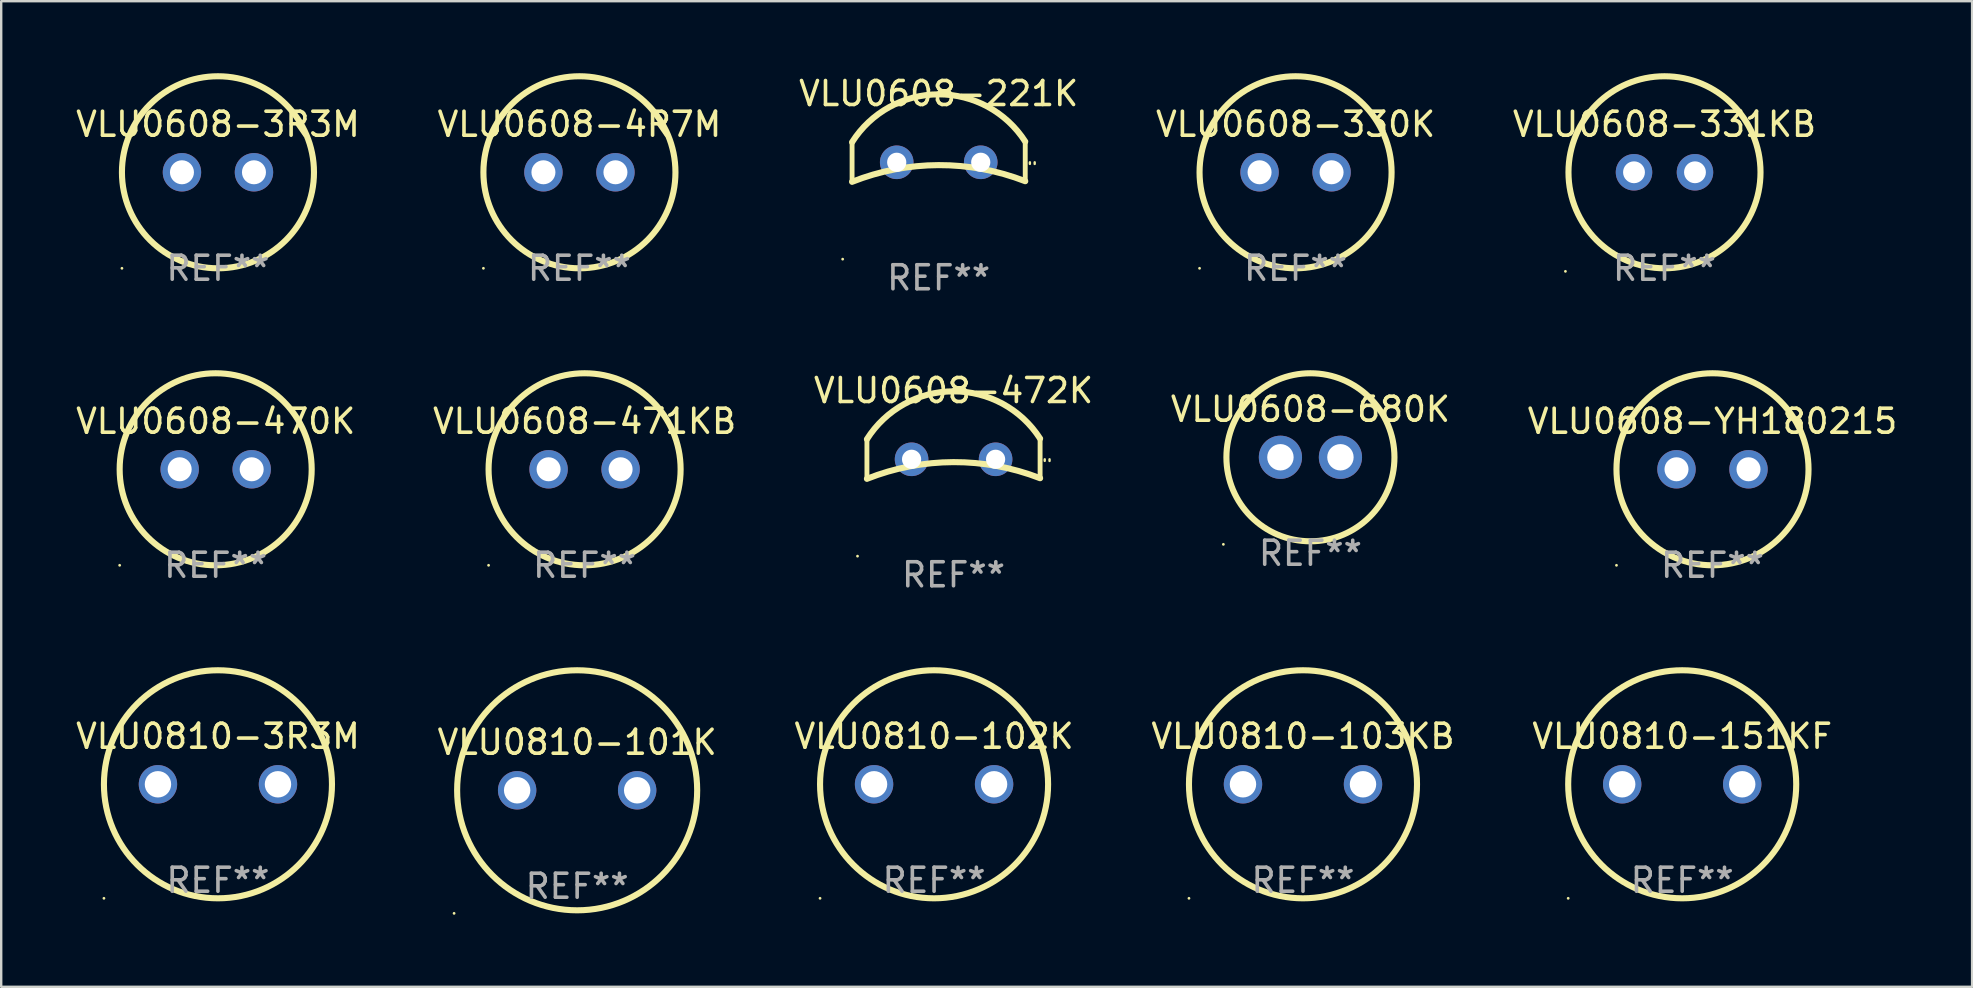
<source format=kicad_pcb>
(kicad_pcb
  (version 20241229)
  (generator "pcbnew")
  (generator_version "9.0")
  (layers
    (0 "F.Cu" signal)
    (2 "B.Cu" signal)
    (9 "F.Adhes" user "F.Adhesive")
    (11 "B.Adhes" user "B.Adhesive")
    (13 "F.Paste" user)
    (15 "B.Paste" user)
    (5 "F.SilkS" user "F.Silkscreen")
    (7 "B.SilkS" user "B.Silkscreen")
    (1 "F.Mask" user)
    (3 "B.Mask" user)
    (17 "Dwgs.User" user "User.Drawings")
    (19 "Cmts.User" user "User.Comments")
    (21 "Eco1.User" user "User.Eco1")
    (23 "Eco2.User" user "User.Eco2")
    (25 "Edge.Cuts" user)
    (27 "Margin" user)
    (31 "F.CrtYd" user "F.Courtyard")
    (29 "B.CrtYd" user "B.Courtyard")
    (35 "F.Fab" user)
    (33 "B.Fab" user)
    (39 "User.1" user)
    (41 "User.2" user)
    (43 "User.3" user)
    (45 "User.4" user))
  (footprint "VLU0608-4R7M"
    (layer "F.Cu")
    (at 21.089 4.127)
    (property "Reference" "VLU0608-4R7M" (at 0 -2 0) (layer "F.SilkS") (effects (font (size 1 1) (thickness 0.15))))
    (attr through_hole)
    (fp_circle (center -4 4) (end -3.97 4) (stroke (width 0.06) (type solid)) (fill no) (layer "F.SilkS"))
    (fp_circle (center -0.000127 0) (end 4 0) (stroke (width 0.254) (type solid)) (fill no) (layer "F.SilkS"))
    (fp_text user "REF**" (at 0 4 0) (layer "F.Fab") (effects (font (size 1 1) (thickness 0.15))))
    (pad "1" thru_hole circle (at -1.5 0) (size 1.6 1.6) (drill 1) (layers "*.Cu" "*.Mask"))
    (pad "2" thru_hole circle (at 1.5 0) (size 1.6 1.6) (drill 1) (layers "*.Cu" "*.Mask")))
  (footprint "VLU0608-472K"
    (layer "F.Cu")
    (at 36.673 16.059)
    (property "Reference" "VLU0608-472K" (at 0 -2.838 0) (layer "F.SilkS") (effects (font (size 1 1) (thickness 0.15))))
    (attr through_hole)
    (fp_line (start -3.607 0.838) (end -3.607 -0.813) (stroke (width 0.203) (type solid)) (layer "F.SilkS"))
    (fp_line (start 3.607 0.813) (end 3.607 -0.838) (stroke (width 0.203) (type solid)) (layer "F.SilkS"))
    (fp_arc (start -3.606756 -0.812802) (mid -0.006923 -2.80605) (end 3.606858 -0.838202) (stroke (width 0.254001) (type solid)) (layer "F.SilkS"))
    (fp_arc (start -3.606756 0.838202) (mid -0.002352 0.142946) (end 3.606858 0.812802) (stroke (width 0.254001) (type solid)) (layer "F.SilkS"))
    (fp_arc (start 3.799898 0.09144) (mid 3.799756 0.05842) (end 3.799898 0.0254) (stroke (width 0.1) (type solid)) (layer "F.SilkS"))
    (fp_arc (start 4.000559 0.09398) (mid 4.000413 0.05969) (end 4.000559 0.0254) (stroke (width 0.1) (type solid)) (layer "F.SilkS"))
    (fp_circle (center -3.999 4.06) (end -3.969 4.06) (stroke (width 0.06) (type solid)) (fill no) (layer "F.SilkS"))
    (fp_text user "REF**" (at 0 4.838 0) (layer "F.Fab") (effects (font (size 1 1) (thickness 0.15))))
    (pad "1" thru_hole circle (at -1.747 0.025) (size 1.4 1.4) (drill 0.8) (layers "*.Cu" "*.Mask"))
    (pad "2" thru_hole circle (at 1.753 0.025) (size 1.4 1.4) (drill 0.8) (layers "*.Cu" "*.Mask")))
  (footprint "VLU0608-330K"
    (layer "F.Cu")
    (at 50.923 4.127)
    (property "Reference" "VLU0608-330K" (at 0 -2 0) (layer "F.SilkS") (effects (font (size 1 1) (thickness 0.15))))
    (attr through_hole)
    (fp_circle (center -4 4) (end -3.97 4) (stroke (width 0.06) (type solid)) (fill no) (layer "F.SilkS"))
    (fp_circle (center -0.000127 0) (end 4 0) (stroke (width 0.254) (type solid)) (fill no) (layer "F.SilkS"))
    (fp_text user "REF**" (at 0 4 0) (layer "F.Fab") (effects (font (size 1 1) (thickness 0.15))))
    (pad "1" thru_hole circle (at -1.5 0) (size 1.6 1.6) (drill 1) (layers "*.Cu" "*.Mask"))
    (pad "2" thru_hole circle (at 1.5 0) (size 1.6 1.6) (drill 1) (layers "*.Cu" "*.Mask")))
  (footprint "VLU0810-102K"
    (layer "F.Cu")
    (at 35.863 29.623)
    (property "Reference" "VLU0810-102K" (at 0 -2 0) (layer "F.SilkS") (effects (font (size 1 1) (thickness 0.15))))
    (attr through_hole)
    (fp_circle (center -4.75 4.75) (end -4.72 4.75) (stroke (width 0.06) (type solid)) (fill no) (layer "F.SilkS"))
    (fp_circle (center -0.000127 0) (end 4.75 0) (stroke (width 0.254) (type solid)) (fill no) (layer "F.SilkS"))
    (fp_text user "REF**" (at 0 4 0) (layer "F.Fab") (effects (font (size 1 1) (thickness 0.15))))
    (pad "1" thru_hole circle (at -2.5 0) (size 1.6 1.6) (drill 1.1) (layers "*.Cu" "*.Mask"))
    (pad "2" thru_hole circle (at 2.5 0) (size 1.6 1.6) (drill 1.1) (layers "*.Cu" "*.Mask")))
  (footprint "VLU0810-3R3M"
    (layer "F.Cu")
    (at 6.03 29.623)
    (property "Reference" "VLU0810-3R3M" (at 0 -2 0) (layer "F.SilkS") (effects (font (size 1 1) (thickness 0.15))))
    (attr through_hole)
    (fp_circle (center -4.75 4.75) (end -4.72 4.75) (stroke (width 0.06) (type solid)) (fill no) (layer "F.SilkS"))
    (fp_circle (center -0.000127 0) (end 4.75 0) (stroke (width 0.254) (type solid)) (fill no) (layer "F.SilkS"))
    (fp_text user "REF**" (at 0 4 0) (layer "F.Fab") (effects (font (size 1 1) (thickness 0.15))))
    (pad "1" thru_hole circle (at -2.5 0) (size 1.6 1.6) (drill 1.1) (layers "*.Cu" "*.Mask"))
    (pad "2" thru_hole circle (at 2.5 0) (size 1.6 1.6) (drill 1.1) (layers "*.Cu" "*.Mask")))
  (footprint "VLU0608-470K"
    (layer "F.Cu")
    (at 5.935 16.5)
    (property "Reference" "VLU0608-470K" (at 0 -2 0) (layer "F.SilkS") (effects (font (size 1 1) (thickness 0.15))))
    (attr through_hole)
    (fp_circle (center -4 4) (end -3.97 4) (stroke (width 0.06) (type solid)) (fill no) (layer "F.SilkS"))
    (fp_circle (center -0.000127 0) (end 4 0) (stroke (width 0.254) (type solid)) (fill no) (layer "F.SilkS"))
    (fp_text user "REF**" (at 0 4 0) (layer "F.Fab") (effects (font (size 1 1) (thickness 0.15))))
    (pad "1" thru_hole circle (at -1.5 0) (size 1.6 1.6) (drill 1) (layers "*.Cu" "*.Mask"))
    (pad "2" thru_hole circle (at 1.5 0) (size 1.6 1.6) (drill 1) (layers "*.Cu" "*.Mask")))
  (footprint "VLU0608-221K"
    (layer "F.Cu")
    (at 36.054 3.686)
    (property "Reference" "VLU0608-221K" (at 0 -2.838 0) (layer "F.SilkS") (effects (font (size 1 1) (thickness 0.15))))
    (attr through_hole)
    (fp_line (start -3.607 0.838) (end -3.607 -0.813) (stroke (width 0.203) (type solid)) (layer "F.SilkS"))
    (fp_line (start 3.607 0.813) (end 3.607 -0.838) (stroke (width 0.203) (type solid)) (layer "F.SilkS"))
    (fp_arc (start -3.606756 -0.812802) (mid -0.006923 -2.80605) (end 3.606858 -0.838202) (stroke (width 0.254001) (type solid)) (layer "F.SilkS"))
    (fp_arc (start -3.606756 0.838202) (mid -0.002352 0.142946) (end 3.606858 0.812802) (stroke (width 0.254001) (type solid)) (layer "F.SilkS"))
    (fp_arc (start 3.799898 0.09144) (mid 3.799756 0.05842) (end 3.799898 0.0254) (stroke (width 0.1) (type solid)) (layer "F.SilkS"))
    (fp_arc (start 4.000559 0.09398) (mid 4.000413 0.05969) (end 4.000559 0.0254) (stroke (width 0.1) (type solid)) (layer "F.SilkS"))
    (fp_circle (center -3.999 4.06) (end -3.969 4.06) (stroke (width 0.06) (type solid)) (fill no) (layer "F.SilkS"))
    (fp_text user "REF**" (at 0 4.838 0) (layer "F.Fab") (effects (font (size 1 1) (thickness 0.15))))
    (pad "1" thru_hole circle (at -1.747 0.025) (size 1.4 1.4) (drill 0.8) (layers "*.Cu" "*.Mask"))
    (pad "2" thru_hole circle (at 1.753 0.025) (size 1.4 1.4) (drill 0.8) (layers "*.Cu" "*.Mask")))
  (footprint "VLU0810-101K"
    (layer "F.Cu")
    (at 20.994 29.873)
    (property "Reference" "VLU0810-101K" (at 0 -2 0) (layer "F.SilkS") (effects (font (size 1 1) (thickness 0.15))))
    (attr through_hole)
    (fp_circle (center -5.127 5.127) (end -5.097 5.127) (stroke (width 0.06) (type solid)) (fill no) (layer "F.SilkS"))
    (fp_circle (center -0.000127 0) (end 5 0) (stroke (width 0.254) (type solid)) (fill no) (layer "F.SilkS"))
    (fp_text user "REF**" (at 0 4 0) (layer "F.Fab") (effects (font (size 1 1) (thickness 0.15))))
    (pad "1" thru_hole circle (at -2.5 0) (size 1.6 1.6) (drill 1.1) (layers "*.Cu" "*.Mask"))
    (pad "2" thru_hole circle (at 2.5 0) (size 1.6 1.6) (drill 1.1) (layers "*.Cu" "*.Mask")))
  (footprint "VLU0608-3R3M"
    (layer "F.Cu")
    (at 6.03 4.127)
    (property "Reference" "VLU0608-3R3M" (at 0 -2 0) (layer "F.SilkS") (effects (font (size 1 1) (thickness 0.15))))
    (attr through_hole)
    (fp_circle (center -4 4) (end -3.97 4) (stroke (width 0.06) (type solid)) (fill no) (layer "F.SilkS"))
    (fp_circle (center -0.000127 0) (end 4 0) (stroke (width 0.254) (type solid)) (fill no) (layer "F.SilkS"))
    (fp_text user "REF**" (at 0 4 0) (layer "F.Fab") (effects (font (size 1 1) (thickness 0.15))))
    (pad "1" thru_hole circle (at -1.5 0) (size 1.6 1.6) (drill 1) (layers "*.Cu" "*.Mask"))
    (pad "2" thru_hole circle (at 1.5 0) (size 1.6 1.6) (drill 1) (layers "*.Cu" "*.Mask")))
  (footprint "VLU0608-331KB"
    (layer "F.Cu")
    (at 66.292 4.127)
    (property "Reference" "VLU0608-331KB" (at 0 -2 0) (layer "F.SilkS") (effects (font (size 1 1) (thickness 0.15))))
    (attr through_hole)
    (fp_circle (center -4.127 4.127) (end -4.097 4.127) (stroke (width 0.06) (type solid)) (fill no) (layer "F.SilkS"))
    (fp_circle (center 0 0) (end 4 0) (stroke (width 0.254) (type solid)) (fill no) (layer "F.SilkS"))
    (fp_text user "REF**" (at 0 4 0) (layer "F.Fab") (effects (font (size 1 1) (thickness 0.15))))
    (pad "1" thru_hole circle (at -1.27 0) (size 1.52 1.52) (drill 0.91) (layers "*.Cu" "*.Mask"))
    (pad "2" thru_hole circle (at 1.27 0) (size 1.52 1.52) (drill 0.91) (layers "*.Cu" "*.Mask")))
  (footprint "VLU0608-471KB"
    (layer "F.Cu")
    (at 21.304 16.5)
    (property "Reference" "VLU0608-471KB" (at 0 -2 0) (layer "F.SilkS") (effects (font (size 1 1) (thickness 0.15))))
    (attr through_hole)
    (fp_circle (center -4 4) (end -3.97 4) (stroke (width 0.06) (type solid)) (fill no) (layer "F.SilkS"))
    (fp_circle (center -0.000127 0) (end 4 0) (stroke (width 0.254) (type solid)) (fill no) (layer "F.SilkS"))
    (fp_text user "REF**" (at 0 4 0) (layer "F.Fab") (effects (font (size 1 1) (thickness 0.15))))
    (pad "1" thru_hole circle (at -1.5 0) (size 1.6 1.6) (drill 1) (layers "*.Cu" "*.Mask"))
    (pad "2" thru_hole circle (at 1.5 0) (size 1.6 1.6) (drill 1) (layers "*.Cu" "*.Mask")))
  (footprint "VLU0608-YH180215"
    (layer "F.Cu")
    (at 68.292 16.5)
    (property "Reference" "VLU0608-YH180215" (at 0 -2 0) (layer "F.SilkS") (effects (font (size 1 1) (thickness 0.15))))
    (attr through_hole)
    (fp_circle (center -4 4) (end -3.97 4) (stroke (width 0.06) (type solid)) (fill no) (layer "F.SilkS"))
    (fp_circle (center -0.000127 0) (end 4 0) (stroke (width 0.254) (type solid)) (fill no) (layer "F.SilkS"))
    (fp_text user "REF**" (at 0 4 0) (layer "F.Fab") (effects (font (size 1 1) (thickness 0.15))))
    (pad "1" thru_hole circle (at -1.5 0) (size 1.6 1.6) (drill 1) (layers "*.Cu" "*.Mask"))
    (pad "2" thru_hole circle (at 1.5 0) (size 1.6 1.6) (drill 1) (layers "*.Cu" "*.Mask")))
  (footprint "VLU0810-103KB"
    (layer "F.Cu")
    (at 51.232 29.623)
    (property "Reference" "VLU0810-103KB" (at 0 -2 0) (layer "F.SilkS") (effects (font (size 1 1) (thickness 0.15))))
    (attr through_hole)
    (fp_circle (center -4.75 4.75) (end -4.72 4.75) (stroke (width 0.06) (type solid)) (fill no) (layer "F.SilkS"))
    (fp_circle (center -0.000127 0) (end 4.75 0) (stroke (width 0.254) (type solid)) (fill no) (layer "F.SilkS"))
    (fp_text user "REF**" (at 0 4 0) (layer "F.Fab") (effects (font (size 1 1) (thickness 0.15))))
    (pad "1" thru_hole circle (at -2.5 0) (size 1.6 1.6) (drill 1.1) (layers "*.Cu" "*.Mask"))
    (pad "2" thru_hole circle (at 2.5 0) (size 1.6 1.6) (drill 1.1) (layers "*.Cu" "*.Mask")))
  (footprint "VLU0608-680K"
    (layer "F.Cu")
    (at 51.542 16)
    (property "Reference" "VLU0608-680K" (at 0 -2 0) (layer "F.SilkS") (effects (font (size 1 1) (thickness 0.15))))
    (attr through_hole)
    (fp_circle (center -3.627 3.627) (end -3.597 3.627) (stroke (width 0.06) (type solid)) (fill no) (layer "F.SilkS"))
    (fp_circle (center 0 0) (end 3.5 0) (stroke (width 0.254) (type solid)) (fill no) (layer "F.SilkS"))
    (fp_text user "REF**" (at 0 4 0) (layer "F.Fab") (effects (font (size 1 1) (thickness 0.15))))
    (pad "1" thru_hole circle (at -1.25 0) (size 1.8 1.8) (drill 1.1) (layers "*.Cu" "*.Mask"))
    (pad "2" thru_hole circle (at 1.25 0) (size 1.8 1.8) (drill 1.1) (layers "*.Cu" "*.Mask")))
  (footprint "VLU0810-151KF"
    (layer "F.Cu")
    (at 67.03 29.623)
    (property "Reference" "VLU0810-151KF" (at 0 -2 0) (layer "F.SilkS") (effects (font (size 1 1) (thickness 0.15))))
    (attr through_hole)
    (fp_circle (center -4.75 4.75) (end -4.72 4.75) (stroke (width 0.06) (type solid)) (fill no) (layer "F.SilkS"))
    (fp_circle (center -0.000127 0) (end 4.75 0) (stroke (width 0.254) (type solid)) (fill no) (layer "F.SilkS"))
    (fp_text user "REF**" (at 0 4 0) (layer "F.Fab") (effects (font (size 1 1) (thickness 0.15))))
    (pad "1" thru_hole circle (at -2.5 0) (size 1.6 1.6) (drill 1.1) (layers "*.Cu" "*.Mask"))
    (pad "2" thru_hole circle (at 2.5 0) (size 1.6 1.6) (drill 1.1) (layers "*.Cu" "*.Mask")))
  (gr_rect
    (start -3 -3)
    (end 79.107 38.06)
    (stroke (width 0.1) (type default))
    (fill no)
    (layer "Edge.Cuts")))
</source>
